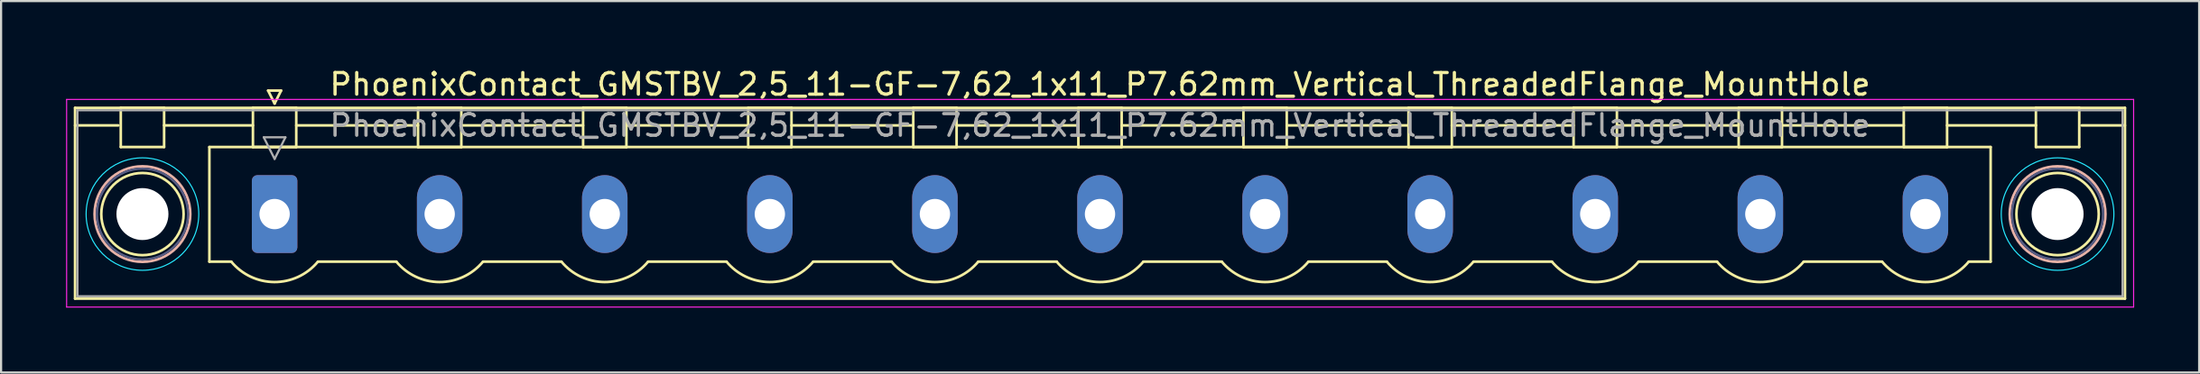
<source format=kicad_pcb>
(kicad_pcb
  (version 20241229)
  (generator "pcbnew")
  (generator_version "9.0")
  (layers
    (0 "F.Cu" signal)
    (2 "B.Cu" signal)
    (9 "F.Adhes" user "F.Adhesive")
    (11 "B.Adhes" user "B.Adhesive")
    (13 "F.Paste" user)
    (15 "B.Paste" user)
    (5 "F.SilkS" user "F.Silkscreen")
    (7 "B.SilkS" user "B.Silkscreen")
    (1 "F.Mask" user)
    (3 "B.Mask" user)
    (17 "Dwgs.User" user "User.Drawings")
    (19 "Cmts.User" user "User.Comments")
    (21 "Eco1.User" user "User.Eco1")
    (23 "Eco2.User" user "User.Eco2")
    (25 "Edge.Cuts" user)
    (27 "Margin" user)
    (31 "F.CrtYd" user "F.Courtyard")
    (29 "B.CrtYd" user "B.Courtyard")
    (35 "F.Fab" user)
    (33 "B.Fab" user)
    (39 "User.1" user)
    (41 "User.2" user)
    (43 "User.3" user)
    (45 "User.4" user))
  (footprint "PhoenixContact_GMSTBV_2,5_11-GF-7,62_1x11_P7.62mm_Vertical_ThreadedFlange_MountHole"
    (layer "F.Cu")
    (at 9.625 6.848)
    (property "Reference" "PhoenixContact_GMSTBV_2,5_11-GF-7,62_1x11_P7.62mm_Vertical_ThreadedFlange_MountHole" (at 38.1 -6 0) (layer "F.SilkS") (effects (font (size 1 1) (thickness 0.15))))
    (attr through_hole)
    (fp_line (start -9.21 -4.91) (end -9.21 3.91) (stroke (width 0.12) (type solid)) (layer "F.SilkS"))
    (fp_line (start -9.21 -4.1) (end -7.21 -4.1) (stroke (width 0.12) (type solid)) (layer "F.SilkS"))
    (fp_line (start -9.21 3.91) (end 85.41 3.91) (stroke (width 0.12) (type solid)) (layer "F.SilkS"))
    (fp_line (start -7.1 -4.91) (end -5.1 -4.91) (stroke (width 0.12) (type solid)) (layer "F.SilkS"))
    (fp_line (start -7.1 -3.1) (end -7.1 -4.91) (stroke (width 0.12) (type solid)) (layer "F.SilkS"))
    (fp_line (start -5.1 -4.91) (end -5.1 -3.1) (stroke (width 0.12) (type solid)) (layer "F.SilkS"))
    (fp_line (start -5.1 -4.1) (end -1 -4.1) (stroke (width 0.12) (type solid)) (layer "F.SilkS"))
    (fp_line (start -5.1 -3.1) (end -7.1 -3.1) (stroke (width 0.12) (type solid)) (layer "F.SilkS"))
    (fp_line (start -3.01 -3.1) (end 79.21 -3.1) (stroke (width 0.12) (type solid)) (layer "F.SilkS"))
    (fp_line (start -3.01 2.2) (end -3.01 -3.1) (stroke (width 0.12) (type solid)) (layer "F.SilkS"))
    (fp_line (start -2 2.2) (end -3.01 2.2) (stroke (width 0.12) (type solid)) (layer "F.SilkS"))
    (fp_line (start -1 -4.91) (end 1 -4.91) (stroke (width 0.12) (type solid)) (layer "F.SilkS"))
    (fp_line (start -1 -3.1) (end -1 -4.91) (stroke (width 0.12) (type solid)) (layer "F.SilkS"))
    (fp_line (start -0.3 -5.71) (end 0.3 -5.71) (stroke (width 0.12) (type solid)) (layer "F.SilkS"))
    (fp_line (start 0 -5.11) (end -0.3 -5.71) (stroke (width 0.12) (type solid)) (layer "F.SilkS"))
    (fp_line (start 0.3 -5.71) (end 0 -5.11) (stroke (width 0.12) (type solid)) (layer "F.SilkS"))
    (fp_line (start 1 -4.91) (end 1 -3.1) (stroke (width 0.12) (type solid)) (layer "F.SilkS"))
    (fp_line (start 1 -4.1) (end 6.62 -4.1) (stroke (width 0.12) (type solid)) (layer "F.SilkS"))
    (fp_line (start 1 -3.1) (end -1 -3.1) (stroke (width 0.12) (type solid)) (layer "F.SilkS"))
    (fp_line (start 2 2.2) (end 5.62 2.2) (stroke (width 0.12) (type solid)) (layer "F.SilkS"))
    (fp_line (start 6.62 -4.91) (end 8.62 -4.91) (stroke (width 0.12) (type solid)) (layer "F.SilkS"))
    (fp_line (start 6.62 -3.1) (end 6.62 -4.91) (stroke (width 0.12) (type solid)) (layer "F.SilkS"))
    (fp_line (start 8.62 -4.91) (end 8.62 -3.1) (stroke (width 0.12) (type solid)) (layer "F.SilkS"))
    (fp_line (start 8.62 -4.1) (end 14.24 -4.1) (stroke (width 0.12) (type solid)) (layer "F.SilkS"))
    (fp_line (start 8.62 -3.1) (end 6.62 -3.1) (stroke (width 0.12) (type solid)) (layer "F.SilkS"))
    (fp_line (start 9.62 2.2) (end 13.24 2.2) (stroke (width 0.12) (type solid)) (layer "F.SilkS"))
    (fp_line (start 14.24 -4.91) (end 16.24 -4.91) (stroke (width 0.12) (type solid)) (layer "F.SilkS"))
    (fp_line (start 14.24 -3.1) (end 14.24 -4.91) (stroke (width 0.12) (type solid)) (layer "F.SilkS"))
    (fp_line (start 16.24 -4.91) (end 16.24 -3.1) (stroke (width 0.12) (type solid)) (layer "F.SilkS"))
    (fp_line (start 16.24 -4.1) (end 21.86 -4.1) (stroke (width 0.12) (type solid)) (layer "F.SilkS"))
    (fp_line (start 16.24 -3.1) (end 14.24 -3.1) (stroke (width 0.12) (type solid)) (layer "F.SilkS"))
    (fp_line (start 17.24 2.2) (end 20.86 2.2) (stroke (width 0.12) (type solid)) (layer "F.SilkS"))
    (fp_line (start 21.86 -4.91) (end 23.86 -4.91) (stroke (width 0.12) (type solid)) (layer "F.SilkS"))
    (fp_line (start 21.86 -3.1) (end 21.86 -4.91) (stroke (width 0.12) (type solid)) (layer "F.SilkS"))
    (fp_line (start 23.86 -4.91) (end 23.86 -3.1) (stroke (width 0.12) (type solid)) (layer "F.SilkS"))
    (fp_line (start 23.86 -4.1) (end 29.48 -4.1) (stroke (width 0.12) (type solid)) (layer "F.SilkS"))
    (fp_line (start 23.86 -3.1) (end 21.86 -3.1) (stroke (width 0.12) (type solid)) (layer "F.SilkS"))
    (fp_line (start 24.86 2.2) (end 28.48 2.2) (stroke (width 0.12) (type solid)) (layer "F.SilkS"))
    (fp_line (start 29.48 -4.91) (end 31.48 -4.91) (stroke (width 0.12) (type solid)) (layer "F.SilkS"))
    (fp_line (start 29.48 -3.1) (end 29.48 -4.91) (stroke (width 0.12) (type solid)) (layer "F.SilkS"))
    (fp_line (start 31.48 -4.91) (end 31.48 -3.1) (stroke (width 0.12) (type solid)) (layer "F.SilkS"))
    (fp_line (start 31.48 -4.1) (end 37.1 -4.1) (stroke (width 0.12) (type solid)) (layer "F.SilkS"))
    (fp_line (start 31.48 -3.1) (end 29.48 -3.1) (stroke (width 0.12) (type solid)) (layer "F.SilkS"))
    (fp_line (start 32.48 2.2) (end 36.1 2.2) (stroke (width 0.12) (type solid)) (layer "F.SilkS"))
    (fp_line (start 37.1 -4.91) (end 39.1 -4.91) (stroke (width 0.12) (type solid)) (layer "F.SilkS"))
    (fp_line (start 37.1 -3.1) (end 37.1 -4.91) (stroke (width 0.12) (type solid)) (layer "F.SilkS"))
    (fp_line (start 39.1 -4.91) (end 39.1 -3.1) (stroke (width 0.12) (type solid)) (layer "F.SilkS"))
    (fp_line (start 39.1 -4.1) (end 44.72 -4.1) (stroke (width 0.12) (type solid)) (layer "F.SilkS"))
    (fp_line (start 39.1 -3.1) (end 37.1 -3.1) (stroke (width 0.12) (type solid)) (layer "F.SilkS"))
    (fp_line (start 40.1 2.2) (end 43.72 2.2) (stroke (width 0.12) (type solid)) (layer "F.SilkS"))
    (fp_line (start 44.72 -4.91) (end 46.72 -4.91) (stroke (width 0.12) (type solid)) (layer "F.SilkS"))
    (fp_line (start 44.72 -3.1) (end 44.72 -4.91) (stroke (width 0.12) (type solid)) (layer "F.SilkS"))
    (fp_line (start 46.72 -4.91) (end 46.72 -3.1) (stroke (width 0.12) (type solid)) (layer "F.SilkS"))
    (fp_line (start 46.72 -4.1) (end 52.34 -4.1) (stroke (width 0.12) (type solid)) (layer "F.SilkS"))
    (fp_line (start 46.72 -3.1) (end 44.72 -3.1) (stroke (width 0.12) (type solid)) (layer "F.SilkS"))
    (fp_line (start 47.72 2.2) (end 51.34 2.2) (stroke (width 0.12) (type solid)) (layer "F.SilkS"))
    (fp_line (start 52.34 -4.91) (end 54.34 -4.91) (stroke (width 0.12) (type solid)) (layer "F.SilkS"))
    (fp_line (start 52.34 -3.1) (end 52.34 -4.91) (stroke (width 0.12) (type solid)) (layer "F.SilkS"))
    (fp_line (start 54.34 -4.91) (end 54.34 -3.1) (stroke (width 0.12) (type solid)) (layer "F.SilkS"))
    (fp_line (start 54.34 -4.1) (end 59.96 -4.1) (stroke (width 0.12) (type solid)) (layer "F.SilkS"))
    (fp_line (start 54.34 -3.1) (end 52.34 -3.1) (stroke (width 0.12) (type solid)) (layer "F.SilkS"))
    (fp_line (start 55.34 2.2) (end 58.96 2.2) (stroke (width 0.12) (type solid)) (layer "F.SilkS"))
    (fp_line (start 59.96 -4.91) (end 61.96 -4.91) (stroke (width 0.12) (type solid)) (layer "F.SilkS"))
    (fp_line (start 59.96 -3.1) (end 59.96 -4.91) (stroke (width 0.12) (type solid)) (layer "F.SilkS"))
    (fp_line (start 61.96 -4.91) (end 61.96 -3.1) (stroke (width 0.12) (type solid)) (layer "F.SilkS"))
    (fp_line (start 61.96 -4.1) (end 67.58 -4.1) (stroke (width 0.12) (type solid)) (layer "F.SilkS"))
    (fp_line (start 61.96 -3.1) (end 59.96 -3.1) (stroke (width 0.12) (type solid)) (layer "F.SilkS"))
    (fp_line (start 62.96 2.2) (end 66.58 2.2) (stroke (width 0.12) (type solid)) (layer "F.SilkS"))
    (fp_line (start 67.58 -4.91) (end 69.58 -4.91) (stroke (width 0.12) (type solid)) (layer "F.SilkS"))
    (fp_line (start 67.58 -3.1) (end 67.58 -4.91) (stroke (width 0.12) (type solid)) (layer "F.SilkS"))
    (fp_line (start 69.58 -4.91) (end 69.58 -3.1) (stroke (width 0.12) (type solid)) (layer "F.SilkS"))
    (fp_line (start 69.58 -4.1) (end 75.2 -4.1) (stroke (width 0.12) (type solid)) (layer "F.SilkS"))
    (fp_line (start 69.58 -3.1) (end 67.58 -3.1) (stroke (width 0.12) (type solid)) (layer "F.SilkS"))
    (fp_line (start 70.58 2.2) (end 74.2 2.2) (stroke (width 0.12) (type solid)) (layer "F.SilkS"))
    (fp_line (start 75.2 -4.91) (end 77.2 -4.91) (stroke (width 0.12) (type solid)) (layer "F.SilkS"))
    (fp_line (start 75.2 -3.1) (end 75.2 -4.91) (stroke (width 0.12) (type solid)) (layer "F.SilkS"))
    (fp_line (start 77.2 -4.91) (end 77.2 -3.1) (stroke (width 0.12) (type solid)) (layer "F.SilkS"))
    (fp_line (start 77.2 -4.1) (end 81.3 -4.1) (stroke (width 0.12) (type solid)) (layer "F.SilkS"))
    (fp_line (start 77.2 -3.1) (end 75.2 -3.1) (stroke (width 0.12) (type solid)) (layer "F.SilkS"))
    (fp_line (start 79.21 -3.1) (end 79.21 2.2) (stroke (width 0.12) (type solid)) (layer "F.SilkS"))
    (fp_line (start 79.21 2.2) (end 78.2 2.2) (stroke (width 0.12) (type solid)) (layer "F.SilkS"))
    (fp_line (start 81.3 -4.91) (end 83.3 -4.91) (stroke (width 0.12) (type solid)) (layer "F.SilkS"))
    (fp_line (start 81.3 -3.1) (end 81.3 -4.91) (stroke (width 0.12) (type solid)) (layer "F.SilkS"))
    (fp_line (start 83.3 -4.91) (end 83.3 -3.1) (stroke (width 0.12) (type solid)) (layer "F.SilkS"))
    (fp_line (start 83.3 -3.1) (end 81.3 -3.1) (stroke (width 0.12) (type solid)) (layer "F.SilkS"))
    (fp_line (start 85.41 -4.91) (end -9.21 -4.91) (stroke (width 0.12) (type solid)) (layer "F.SilkS"))
    (fp_line (start 85.41 -4.1) (end 83.41 -4.1) (stroke (width 0.12) (type solid)) (layer "F.SilkS"))
    (fp_line (start 85.41 3.91) (end 85.41 -4.91) (stroke (width 0.12) (type solid)) (layer "F.SilkS"))
    (fp_arc (start 1.986842 2.215821) (mid -0.010289 3.142758) (end -2 2.2) (stroke (width 0.12) (type solid)) (layer "F.SilkS"))
    (fp_arc (start 9.606842 2.215821) (mid 7.609711 3.142758) (end 5.62 2.2) (stroke (width 0.12) (type solid)) (layer "F.SilkS"))
    (fp_arc (start 17.226842 2.215821) (mid 15.229711 3.142758) (end 13.24 2.2) (stroke (width 0.12) (type solid)) (layer "F.SilkS"))
    (fp_arc (start 24.846842 2.215821) (mid 22.849711 3.142758) (end 20.86 2.2) (stroke (width 0.12) (type solid)) (layer "F.SilkS"))
    (fp_arc (start 32.466842 2.215821) (mid 30.469711 3.142758) (end 28.48 2.2) (stroke (width 0.12) (type solid)) (layer "F.SilkS"))
    (fp_arc (start 40.086842 2.215821) (mid 38.089711 3.142758) (end 36.1 2.2) (stroke (width 0.12) (type solid)) (layer "F.SilkS"))
    (fp_arc (start 47.706842 2.215821) (mid 45.709711 3.142758) (end 43.72 2.2) (stroke (width 0.12) (type solid)) (layer "F.SilkS"))
    (fp_arc (start 55.326842 2.215821) (mid 53.329711 3.142758) (end 51.34 2.2) (stroke (width 0.12) (type solid)) (layer "F.SilkS"))
    (fp_arc (start 62.946842 2.215821) (mid 60.949711 3.142758) (end 58.96 2.2) (stroke (width 0.12) (type solid)) (layer "F.SilkS"))
    (fp_arc (start 70.566842 2.215821) (mid 68.569711 3.142758) (end 66.58 2.2) (stroke (width 0.12) (type solid)) (layer "F.SilkS"))
    (fp_arc (start 78.186842 2.215821) (mid 76.189711 3.142758) (end 74.2 2.2) (stroke (width 0.12) (type solid)) (layer "F.SilkS"))
    (fp_circle (center -6.1 0) (end -4.2 0) (stroke (width 0.12) (type solid)) (fill no) (layer "F.SilkS"))
    (fp_circle (center 82.3 0) (end 84.2 0) (stroke (width 0.12) (type solid)) (fill no) (layer "F.SilkS"))
    (fp_circle (center -6.1 0) (end -3.89 0) (stroke (width 0.12) (type solid)) (fill no) (layer "B.SilkS"))
    (fp_circle (center 82.3 0) (end 84.51 0) (stroke (width 0.12) (type solid)) (fill no) (layer "B.SilkS"))
    (fp_circle (center -6.1 0) (end -3.5 0) (stroke (width 0.05) (type solid)) (fill no) (layer "B.CrtYd"))
    (fp_circle (center 82.3 0) (end 84.9 0) (stroke (width 0.05) (type solid)) (fill no) (layer "B.CrtYd"))
    (fp_line (start -9.6 -5.3) (end -9.6 4.3) (stroke (width 0.05) (type solid)) (layer "F.CrtYd"))
    (fp_line (start -9.6 4.3) (end 85.81 4.3) (stroke (width 0.05) (type solid)) (layer "F.CrtYd"))
    (fp_line (start 85.81 -5.3) (end -9.6 -5.3) (stroke (width 0.05) (type solid)) (layer "F.CrtYd"))
    (fp_line (start 85.81 4.3) (end 85.81 -5.3) (stroke (width 0.05) (type solid)) (layer "F.CrtYd"))
    (fp_circle (center -6.1 0) (end -4 0) (stroke (width 0.1) (type solid)) (fill no) (layer "B.Fab"))
    (fp_circle (center 82.3 0) (end 84.4 0) (stroke (width 0.1) (type solid)) (fill no) (layer "B.Fab"))
    (fp_line (start -9.1 -4.8) (end -9.1 3.8) (stroke (width 0.1) (type solid)) (layer "F.Fab"))
    (fp_line (start -9.1 3.8) (end 85.3 3.8) (stroke (width 0.1) (type solid)) (layer "F.Fab"))
    (fp_line (start -0.5 -3.55) (end 0.5 -3.55) (stroke (width 0.1) (type solid)) (layer "F.Fab"))
    (fp_line (start 0 -2.55) (end -0.5 -3.55) (stroke (width 0.1) (type solid)) (layer "F.Fab"))
    (fp_line (start 0.5 -3.55) (end 0 -2.55) (stroke (width 0.1) (type solid)) (layer "F.Fab"))
    (fp_line (start 85.3 -4.8) (end -9.1 -4.8) (stroke (width 0.1) (type solid)) (layer "F.Fab"))
    (fp_line (start 85.3 3.8) (end 85.3 -4.8) (stroke (width 0.1) (type solid)) (layer "F.Fab"))
    (fp_text user "${REFERENCE}" (at 38.1 -4.1 0) (layer "F.Fab") (effects (font (size 1 1) (thickness 0.15))))
    (pad "" np_thru_hole circle (at -6.1 0) (size 2.4 2.4) (drill 2.4) (layers "*.Cu" "*.Mask"))
    (pad "" np_thru_hole circle (at 82.3 0) (size 2.4 2.4) (drill 2.4) (layers "*.Cu" "*.Mask"))
    (pad "1" thru_hole roundrect (at 0 0) (size 2.1 3.6) (drill 1.4) (layers "*.Cu" "*.Mask") (roundrect_rratio 0.119))
    (pad "2" thru_hole oval (at 7.62 0) (size 2.1 3.6) (drill 1.4) (layers "*.Cu" "*.Mask"))
    (pad "3" thru_hole oval (at 15.24 0) (size 2.1 3.6) (drill 1.4) (layers "*.Cu" "*.Mask"))
    (pad "4" thru_hole oval (at 22.86 0) (size 2.1 3.6) (drill 1.4) (layers "*.Cu" "*.Mask"))
    (pad "5" thru_hole oval (at 30.48 0) (size 2.1 3.6) (drill 1.4) (layers "*.Cu" "*.Mask"))
    (pad "6" thru_hole oval (at 38.1 0) (size 2.1 3.6) (drill 1.4) (layers "*.Cu" "*.Mask"))
    (pad "7" thru_hole oval (at 45.72 0) (size 2.1 3.6) (drill 1.4) (layers "*.Cu" "*.Mask"))
    (pad "8" thru_hole oval (at 53.34 0) (size 2.1 3.6) (drill 1.4) (layers "*.Cu" "*.Mask"))
    (pad "9" thru_hole oval (at 60.96 0) (size 2.1 3.6) (drill 1.4) (layers "*.Cu" "*.Mask"))
    (pad "10" thru_hole oval (at 68.58 0) (size 2.1 3.6) (drill 1.4) (layers "*.Cu" "*.Mask"))
    (pad "11" thru_hole oval (at 76.2 0) (size 2.1 3.6) (drill 1.4) (layers "*.Cu" "*.Mask")))
  (gr_rect
    (start -3 -3)
    (end 98.46 14.173)
    (stroke (width 0.1) (type default))
    (fill no)
    (layer "Edge.Cuts")))
</source>
